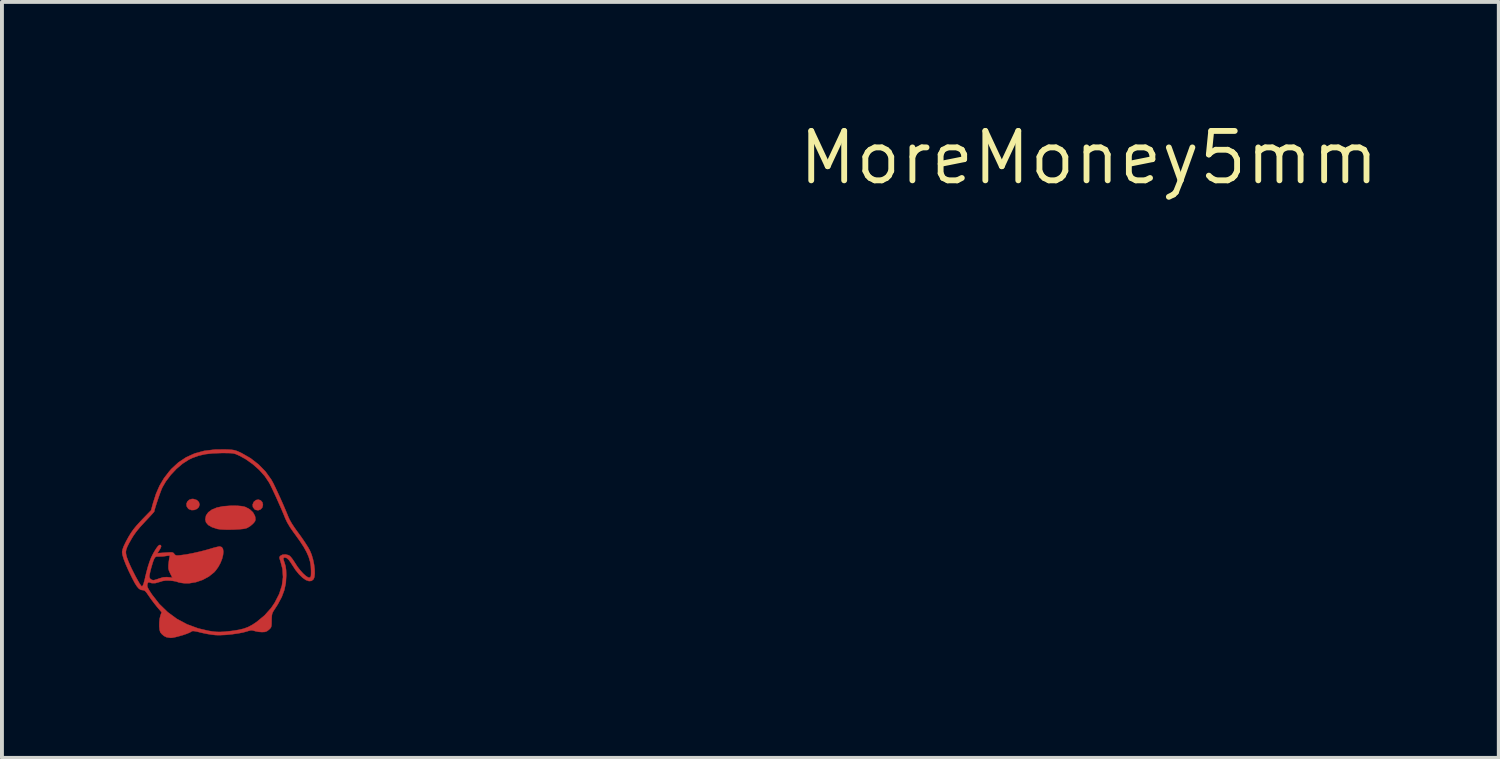
<source format=kicad_pcb>
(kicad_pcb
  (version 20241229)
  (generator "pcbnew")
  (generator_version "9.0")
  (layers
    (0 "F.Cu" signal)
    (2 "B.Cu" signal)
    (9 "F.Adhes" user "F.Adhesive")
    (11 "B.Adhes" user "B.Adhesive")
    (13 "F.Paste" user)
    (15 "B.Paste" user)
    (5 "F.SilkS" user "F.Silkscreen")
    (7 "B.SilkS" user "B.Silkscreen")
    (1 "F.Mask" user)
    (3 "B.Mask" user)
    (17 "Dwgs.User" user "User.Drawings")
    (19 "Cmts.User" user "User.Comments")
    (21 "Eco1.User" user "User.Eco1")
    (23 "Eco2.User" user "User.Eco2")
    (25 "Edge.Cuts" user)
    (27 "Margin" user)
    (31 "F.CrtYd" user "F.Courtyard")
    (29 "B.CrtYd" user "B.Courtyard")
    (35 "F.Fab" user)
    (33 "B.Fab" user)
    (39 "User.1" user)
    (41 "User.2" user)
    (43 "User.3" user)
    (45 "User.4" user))
  (footprint "MoreMoney5mm"
    (layer "F.Cu")
    (at 24.939 1.006)
    (property "Reference" "MoreMoney5mm" (at 0 0 0) (layer "F.SilkS") (effects (font (size 1.27 1.27) (thickness 0.15))))
    (attr through_hole)
    (fp_poly (pts (xy -21.286 8.808) (xy -21.245 8.855) (xy -21.23 8.92) (xy -21.247 8.99) (xy -21.292 9.039) (xy -21.353 9.061) (xy -21.419 9.05) (xy -21.447 9.033) (xy -21.488 8.978) (xy -21.494 8.91) (xy -21.464 8.843) (xy -21.463 8.841) (xy -21.406 8.797) (xy -21.344 8.787) (xy -21.286 8.808)) (stroke (width 0.01) (type solid)) (fill yes) (layer "F.Cu"))
    (fp_poly (pts (xy -23.011 8.771) (xy -22.928 8.799) (xy -22.877 8.85) (xy -22.86 8.913) (xy -22.878 8.976) (xy -22.926 9.024) (xy -22.992 9.052) (xy -23.064 9.056) (xy -23.131 9.032) (xy -23.152 9.016) (xy -23.191 8.957) (xy -23.196 8.893) (xy -23.171 8.834) (xy -23.122 8.79) (xy -23.054 8.769) (xy -23.011 8.771)) (stroke (width 0.01) (type solid)) (fill yes) (layer "F.Cu"))
    (fp_poly (pts (xy -21.885 8.945) (xy -21.79 8.953) (xy -21.717 8.966) (xy -21.673 8.98) (xy -21.567 9.038) (xy -21.485 9.116) (xy -21.436 9.206) (xy -21.427 9.247) (xy -21.423 9.301) (xy -21.433 9.34) (xy -21.464 9.382) (xy -21.498 9.417) (xy -21.562 9.47) (xy -21.632 9.512) (xy -21.665 9.525) (xy -21.736 9.539) (xy -21.839 9.549) (xy -21.96 9.556) (xy -22.088 9.559) (xy -22.211 9.558) (xy -22.317 9.552) (xy -22.396 9.541) (xy -22.405 9.539) (xy -22.541 9.494) (xy -22.636 9.439) (xy -22.693 9.372) (xy -22.712 9.294) (xy -22.712 9.293) (xy -22.692 9.194) (xy -22.634 9.111) (xy -22.541 9.043) (xy -22.413 8.991) (xy -22.252 8.958) (xy -22.062 8.944) (xy -22.013 8.943) (xy -21.885 8.945)) (stroke (width 0.01) (type solid)) (fill yes) (layer "F.Cu"))
    (fp_poly (pts (xy -22.103 7.501) (xy -22.023 7.507) (xy -21.961 7.517) (xy -21.904 7.535) (xy -21.841 7.562) (xy -21.779 7.591) (xy -21.55 7.722) (xy -21.344 7.882) (xy -21.165 8.065) (xy -21.019 8.267) (xy -20.969 8.356) (xy -20.917 8.462) (xy -20.854 8.596) (xy -20.785 8.746) (xy -20.716 8.901) (xy -20.652 9.05) (xy -20.597 9.181) (xy -20.574 9.239) (xy -20.54 9.311) (xy -20.488 9.402) (xy -20.425 9.498) (xy -20.384 9.557) (xy -20.251 9.739) (xy -20.147 9.891) (xy -20.068 10.015) (xy -20.025 10.093) (xy -19.98 10.2) (xy -19.944 10.322) (xy -19.917 10.45) (xy -19.901 10.575) (xy -19.898 10.687) (xy -19.908 10.777) (xy -19.93 10.833) (xy -19.981 10.875) (xy -20.047 10.881) (xy -20.125 10.854) (xy -20.21 10.795) (xy -20.301 10.707) (xy -20.394 10.593) (xy -20.485 10.453) (xy -20.5 10.429) (xy -20.559 10.343) (xy -20.616 10.29) (xy -20.669 10.274) (xy -20.685 10.277) (xy -20.702 10.289) (xy -20.705 10.313) (xy -20.693 10.359) (xy -20.675 10.41) (xy -20.649 10.499) (xy -20.635 10.6) (xy -20.631 10.727) (xy -20.631 10.732) (xy -20.642 10.926) (xy -20.68 11.109) (xy -20.747 11.289) (xy -20.847 11.476) (xy -20.919 11.588) (xy -20.962 11.653) (xy -20.987 11.703) (xy -21 11.753) (xy -21.005 11.82) (xy -21.007 11.891) (xy -21.008 11.979) (xy -21.013 12.035) (xy -21.025 12.073) (xy -21.047 12.102) (xy -21.077 12.13) (xy -21.128 12.169) (xy -21.18 12.187) (xy -21.253 12.191) (xy -21.257 12.191) (xy -21.339 12.185) (xy -21.419 12.17) (xy -21.446 12.162) (xy -21.498 12.148) (xy -21.545 12.147) (xy -21.605 12.162) (xy -21.639 12.173) (xy -21.745 12.202) (xy -21.879 12.227) (xy -22.03 12.248) (xy -22.183 12.263) (xy -22.325 12.27) (xy -22.443 12.269) (xy -22.449 12.268) (xy -22.55 12.257) (xy -22.671 12.237) (xy -22.79 12.212) (xy -22.829 12.203) (xy -22.926 12.179) (xy -22.992 12.167) (xy -23.033 12.164) (xy -23.059 12.171) (xy -23.07 12.179) (xy -23.114 12.204) (xy -23.187 12.234) (xy -23.28 12.266) (xy -23.38 12.295) (xy -23.476 12.32) (xy -23.557 12.336) (xy -23.603 12.34) (xy -23.71 12.323) (xy -23.772 12.292) (xy -23.826 12.247) (xy -23.866 12.199) (xy -23.87 12.191) (xy -23.887 12.13) (xy -23.895 12.042) (xy -23.894 11.943) (xy -23.884 11.847) (xy -23.866 11.77) (xy -23.835 11.682) (xy -23.951 11.545) (xy -24.023 11.455) (xy -24.1 11.353) (xy -24.165 11.26) (xy -24.216 11.186) (xy -24.254 11.141) (xy -24.286 11.119) (xy -24.319 11.113) (xy -24.325 11.113) (xy -24.373 11.104) (xy -24.419 11.075) (xy -24.466 11.021) (xy -24.52 10.938) (xy -24.583 10.82) (xy -24.594 10.798) (xy -24.686 10.609) (xy -24.758 10.445) (xy -24.81 10.31) (xy -24.841 10.205) (xy -24.85 10.141) (xy -24.848 10.127) (xy -24.754 10.127) (xy -24.75 10.184) (xy -24.735 10.248) (xy -24.724 10.283) (xy -24.695 10.36) (xy -24.655 10.454) (xy -24.607 10.558) (xy -24.553 10.666) (xy -24.499 10.771) (xy -24.447 10.865) (xy -24.402 10.942) (xy -24.366 10.995) (xy -24.343 11.017) (xy -24.342 11.017) (xy -24.321 11.001) (xy -24.299 10.951) (xy -24.275 10.863) (xy -24.271 10.848) (xy -24.253 10.771) (xy -24.151 10.771) (xy -24.132 10.818) (xy -24.086 10.85) (xy -24.045 10.858) (xy -24.009 10.851) (xy -23.949 10.833) (xy -23.897 10.814) (xy -23.796 10.784) (xy -23.701 10.778) (xy -23.67 10.781) (xy -23.559 10.792) (xy -23.614 10.683) (xy -23.646 10.612) (xy -23.66 10.551) (xy -23.66 10.478) (xy -23.657 10.447) (xy -23.648 10.369) (xy -23.638 10.301) (xy -23.631 10.268) (xy -23.624 10.239) (xy -23.633 10.226) (xy -23.666 10.227) (xy -23.719 10.235) (xy -23.802 10.246) (xy -23.886 10.249) (xy -23.909 10.249) (xy -23.967 10.25) (xy -24 10.267) (xy -24.026 10.309) (xy -24.03 10.318) (xy -24.053 10.376) (xy -24.079 10.459) (xy -24.106 10.552) (xy -24.129 10.644) (xy -24.145 10.722) (xy -24.151 10.771) (xy -24.253 10.771) (xy -24.227 10.66) (xy -24.185 10.506) (xy -24.144 10.38) (xy -24.102 10.273) (xy -24.055 10.179) (xy -24.028 10.131) (xy -23.971 10.039) (xy -23.927 9.981) (xy -23.894 9.954) (xy -23.867 9.953) (xy -23.852 9.964) (xy -23.847 9.996) (xy -23.873 10.054) (xy -23.886 10.075) (xy -23.943 10.164) (xy -23.743 10.149) (xy -23.649 10.143) (xy -23.589 10.141) (xy -23.552 10.146) (xy -23.529 10.158) (xy -23.511 10.18) (xy -23.51 10.182) (xy -23.487 10.208) (xy -23.458 10.221) (xy -23.411 10.222) (xy -23.347 10.216) (xy -23.199 10.196) (xy -23.027 10.163) (xy -22.845 10.122) (xy -22.669 10.076) (xy -22.597 10.055) (xy -22.504 10.027) (xy -22.422 10.006) (xy -22.361 9.993) (xy -22.34 9.991) (xy -22.288 10.008) (xy -22.258 10.054) (xy -22.248 10.124) (xy -22.256 10.211) (xy -22.281 10.31) (xy -22.322 10.413) (xy -22.377 10.515) (xy -22.445 10.61) (xy -22.489 10.658) (xy -22.622 10.764) (xy -22.78 10.849) (xy -22.953 10.908) (xy -23.128 10.937) (xy -23.245 10.937) (xy -23.325 10.927) (xy -23.393 10.914) (xy -23.431 10.901) (xy -23.473 10.888) (xy -23.543 10.876) (xy -23.621 10.868) (xy -23.724 10.866) (xy -23.808 10.878) (xy -23.888 10.903) (xy -23.996 10.933) (xy -24.088 10.933) (xy -24.154 10.913) (xy -24.18 10.913) (xy -24.196 10.945) (xy -24.201 10.965) (xy -24.204 10.999) (xy -24.196 11.037) (xy -24.173 11.085) (xy -24.132 11.152) (xy -24.083 11.226) (xy -23.894 11.469) (xy -23.679 11.678) (xy -23.441 11.853) (xy -23.178 11.993) (xy -22.892 12.098) (xy -22.634 12.158) (xy -22.526 12.176) (xy -22.43 12.186) (xy -22.335 12.188) (xy -22.228 12.183) (xy -22.099 12.17) (xy -22.01 12.159) (xy -21.851 12.134) (xy -21.722 12.103) (xy -21.609 12.061) (xy -21.501 12.003) (xy -21.391 11.93) (xy -21.187 11.761) (xy -21.018 11.571) (xy -20.925 11.432) (xy -20.812 11.211) (xy -20.742 10.993) (xy -20.714 10.779) (xy -20.728 10.567) (xy -20.778 10.375) (xy -20.799 10.312) (xy -20.806 10.274) (xy -20.797 10.249) (xy -20.78 10.23) (xy -20.726 10.202) (xy -20.652 10.196) (xy -20.578 10.213) (xy -20.548 10.228) (xy -20.513 10.262) (xy -20.466 10.322) (xy -20.417 10.396) (xy -20.407 10.412) (xy -20.341 10.514) (xy -20.268 10.608) (xy -20.195 10.688) (xy -20.127 10.749) (xy -20.071 10.785) (xy -20.04 10.791) (xy -20.016 10.785) (xy -20.002 10.769) (xy -19.995 10.734) (xy -19.993 10.672) (xy -19.993 10.615) (xy -19.999 10.492) (xy -20.019 10.375) (xy -20.054 10.259) (xy -20.107 10.138) (xy -20.18 10.005) (xy -20.278 9.855) (xy -20.401 9.683) (xy -20.448 9.62) (xy -20.534 9.496) (xy -20.607 9.372) (xy -20.655 9.271) (xy -20.703 9.153) (xy -20.76 9.018) (xy -20.824 8.874) (xy -20.888 8.73) (xy -20.951 8.595) (xy -21.007 8.476) (xy -21.053 8.383) (xy -21.075 8.343) (xy -21.184 8.181) (xy -21.327 8.021) (xy -21.494 7.873) (xy -21.675 7.745) (xy -21.836 7.657) (xy -21.893 7.631) (xy -21.94 7.612) (xy -21.987 7.6) (xy -22.042 7.593) (xy -22.115 7.59) (xy -22.215 7.589) (xy -22.299 7.589) (xy -22.523 7.597) (xy -22.716 7.619) (xy -22.886 7.658) (xy -23.043 7.715) (xy -23.137 7.76) (xy -23.296 7.862) (xy -23.453 7.995) (xy -23.6 8.152) (xy -23.728 8.322) (xy -23.814 8.47) (xy -23.837 8.521) (xy -23.866 8.598) (xy -23.9 8.692) (xy -23.935 8.794) (xy -23.968 8.894) (xy -23.996 8.983) (xy -24.016 9.052) (xy -24.024 9.091) (xy -24.024 9.093) (xy -24.038 9.111) (xy -24.076 9.154) (xy -24.134 9.217) (xy -24.207 9.295) (xy -24.262 9.354) (xy -24.384 9.486) (xy -24.48 9.602) (xy -24.557 9.71) (xy -24.609 9.796) (xy -24.674 9.911) (xy -24.718 9.999) (xy -24.744 10.068) (xy -24.754 10.127) (xy -24.848 10.127) (xy -24.84 10.072) (xy -24.808 9.984) (xy -24.755 9.874) (xy -24.687 9.749) (xy -24.624 9.645) (xy -24.558 9.551) (xy -24.482 9.458) (xy -24.386 9.353) (xy -24.315 9.278) (xy -24.106 9.063) (xy -24.055 8.876) (xy -23.978 8.635) (xy -23.886 8.425) (xy -23.773 8.235) (xy -23.634 8.055) (xy -23.582 7.996) (xy -23.402 7.83) (xy -23.203 7.698) (xy -22.983 7.599) (xy -22.739 7.533) (xy -22.47 7.5) (xy -22.213 7.497) (xy -22.103 7.501)) (stroke (width 0.01) (type solid)) (fill yes) (layer "F.Cu"))
    (fp_poly (pts (xy -21.078 11.795) (xy -21.065 11.843) (xy -21.062 11.912) (xy -21.07 11.984) (xy -21.084 12.03) (xy -21.131 12.086) (xy -21.205 12.119) (xy -21.294 12.127) (xy -21.389 12.108) (xy -21.406 12.101) (xy -21.466 12.075) (xy -21.332 11.977) (xy -21.26 11.922) (xy -21.195 11.868) (xy -21.15 11.826) (xy -21.147 11.823) (xy -21.108 11.789) (xy -21.085 11.788) (xy -21.078 11.795)) (stroke (width 0.01) (type solid)) (fill yes) (layer "F.Mask"))
    (fp_poly (pts (xy -21.881 9.239) (xy -21.82 9.25) (xy -21.737 9.274) (xy -21.659 9.303) (xy -21.595 9.334) (xy -21.555 9.361) (xy -21.548 9.375) (xy -21.567 9.399) (xy -21.618 9.426) (xy -21.692 9.452) (xy -21.779 9.474) (xy -21.842 9.484) (xy -21.987 9.497) (xy -22.135 9.5) (xy -22.27 9.492) (xy -22.346 9.482) (xy -22.425 9.461) (xy -22.501 9.433) (xy -22.511 9.428) (xy -22.556 9.401) (xy -22.566 9.375) (xy -22.541 9.347) (xy -22.478 9.314) (xy -22.419 9.291) (xy -22.301 9.258) (xy -22.16 9.238) (xy -22.014 9.231) (xy -21.881 9.239)) (stroke (width 0.01) (type solid)) (fill yes) (layer "F.Mask"))
    (fp_poly (pts (xy -23.628 11.815) (xy -23.542 11.874) (xy -23.435 11.939) (xy -23.326 11.999) (xy -23.286 12.018) (xy -23.192 12.065) (xy -23.136 12.098) (xy -23.113 12.121) (xy -23.117 12.131) (xy -23.159 12.151) (xy -23.23 12.177) (xy -23.317 12.205) (xy -23.41 12.233) (xy -23.495 12.256) (xy -23.563 12.271) (xy -23.596 12.275) (xy -23.658 12.268) (xy -23.698 12.256) (xy -23.742 12.227) (xy -23.788 12.181) (xy -23.791 12.178) (xy -23.816 12.14) (xy -23.829 12.1) (xy -23.832 12.044) (xy -23.828 11.97) (xy -23.819 11.886) (xy -23.807 11.811) (xy -23.795 11.764) (xy -23.771 11.706) (xy -23.628 11.815)) (stroke (width 0.01) (type solid)) (fill yes) (layer "F.Mask"))
    (fp_poly (pts (xy -21.906 9.007) (xy -21.771 9.03) (xy -21.657 9.069) (xy -21.569 9.122) (xy -21.517 9.183) (xy -21.49 9.249) (xy -21.485 9.292) (xy -21.504 9.306) (xy -21.521 9.302) (xy -21.559 9.287) (xy -21.623 9.263) (xy -21.7 9.234) (xy -21.706 9.232) (xy -21.861 9.193) (xy -22.03 9.178) (xy -22.202 9.186) (xy -22.365 9.216) (xy -22.507 9.268) (xy -22.556 9.294) (xy -22.61 9.325) (xy -22.638 9.332) (xy -22.648 9.315) (xy -22.648 9.302) (xy -22.628 9.223) (xy -22.568 9.153) (xy -22.472 9.093) (xy -22.342 9.046) (xy -22.205 9.016) (xy -22.053 9.002) (xy -21.906 9.007)) (stroke (width 0.01) (type solid)) (fill yes) (layer "F.Mask"))
    (fp_poly (pts (xy -22.322 10.088) (xy -22.314 10.123) (xy -22.319 10.179) (xy -22.321 10.192) (xy -22.355 10.317) (xy -22.418 10.447) (xy -22.503 10.569) (xy -22.519 10.588) (xy -22.626 10.681) (xy -22.764 10.763) (xy -22.926 10.827) (xy -22.997 10.847) (xy -23.088 10.868) (xy -23.162 10.876) (xy -23.238 10.871) (xy -23.334 10.854) (xy -23.345 10.851) (xy -23.404 10.837) (xy -23.444 10.82) (xy -23.474 10.79) (xy -23.505 10.738) (xy -23.534 10.684) (xy -23.572 10.609) (xy -23.592 10.556) (xy -23.598 10.509) (xy -23.593 10.453) (xy -23.588 10.42) (xy -23.569 10.298) (xy -23.389 10.284) (xy -23.087 10.246) (xy -22.76 10.174) (xy -22.588 10.125) (xy -22.475 10.092) (xy -22.397 10.074) (xy -22.348 10.072) (xy -22.322 10.088)) (stroke (width 0.01) (type solid)) (fill yes) (layer "F.Mask"))
    (fp_poly (pts (xy -22.166 7.569) (xy -22.076 7.573) (xy -22.008 7.58) (xy -21.951 7.592) (xy -21.897 7.611) (xy -21.883 7.616) (xy -21.721 7.696) (xy -21.554 7.807) (xy -21.392 7.939) (xy -21.246 8.083) (xy -21.126 8.231) (xy -21.076 8.308) (xy -21.018 8.415) (xy -20.948 8.554) (xy -20.872 8.717) (xy -20.792 8.896) (xy -20.713 9.083) (xy -20.668 9.194) (xy -20.59 9.366) (xy -20.505 9.511) (xy -20.451 9.586) (xy -20.37 9.695) (xy -20.287 9.81) (xy -20.209 9.924) (xy -20.143 10.026) (xy -20.093 10.108) (xy -20.08 10.133) (xy -20.058 10.186) (xy -20.033 10.265) (xy -20.008 10.355) (xy -20.003 10.376) (xy -19.972 10.531) (xy -19.961 10.654) (xy -19.971 10.743) (xy -20.001 10.798) (xy -20.05 10.816) (xy -20.093 10.799) (xy -20.152 10.754) (xy -20.221 10.686) (xy -20.293 10.603) (xy -20.363 10.511) (xy -20.423 10.418) (xy -20.494 10.312) (xy -20.561 10.245) (xy -20.628 10.213) (xy -20.7 10.213) (xy -20.704 10.214) (xy -20.751 10.23) (xy -20.775 10.259) (xy -20.777 10.308) (xy -20.759 10.385) (xy -20.746 10.426) (xy -20.714 10.569) (xy -20.701 10.733) (xy -20.709 10.9) (xy -20.733 11.039) (xy -20.776 11.169) (xy -20.84 11.314) (xy -20.919 11.459) (xy -21.004 11.59) (xy -21.015 11.604) (xy -21.093 11.694) (xy -21.198 11.793) (xy -21.317 11.893) (xy -21.44 11.984) (xy -21.554 12.055) (xy -21.568 12.063) (xy -21.668 12.103) (xy -21.799 12.139) (xy -21.951 12.168) (xy -22.113 12.189) (xy -22.274 12.201) (xy -22.424 12.202) (xy -22.55 12.191) (xy -22.841 12.129) (xy -23.118 12.034) (xy -23.376 11.911) (xy -23.61 11.761) (xy -23.813 11.587) (xy -23.882 11.515) (xy -23.935 11.452) (xy -24.001 11.367) (xy -24.069 11.273) (xy -24.107 11.219) (xy -24.165 11.134) (xy -24.201 11.076) (xy -24.221 11.035) (xy -24.226 11.003) (xy -24.22 10.972) (xy -24.214 10.952) (xy -24.193 10.902) (xy -24.169 10.888) (xy -24.154 10.892) (xy -24.073 10.914) (xy -23.983 10.91) (xy -23.875 10.881) (xy -23.716 10.848) (xy -23.545 10.856) (xy -23.394 10.892) (xy -23.248 10.919) (xy -23.088 10.914) (xy -22.923 10.88) (xy -22.762 10.818) (xy -22.615 10.733) (xy -22.496 10.633) (xy -22.404 10.519) (xy -22.333 10.395) (xy -22.286 10.269) (xy -22.267 10.151) (xy -22.276 10.066) (xy -22.288 10.037) (xy -22.309 10.019) (xy -22.347 10.014) (xy -22.406 10.022) (xy -22.493 10.042) (xy -22.612 10.076) (xy -22.644 10.085) (xy -22.759 10.117) (xy -22.891 10.149) (xy -23.029 10.179) (xy -23.164 10.205) (xy -23.287 10.226) (xy -23.388 10.24) (xy -23.452 10.245) (xy -23.504 10.232) (xy -23.522 10.205) (xy -23.551 10.17) (xy -23.61 10.153) (xy -23.691 10.156) (xy -23.724 10.162) (xy -23.787 10.173) (xy -23.854 10.179) (xy -23.914 10.18) (xy -23.953 10.176) (xy -23.961 10.17) (xy -23.95 10.147) (xy -23.924 10.102) (xy -23.908 10.075) (xy -23.872 10.016) (xy -23.858 9.985) (xy -23.863 9.972) (xy -23.881 9.97) (xy -23.906 9.987) (xy -23.944 10.035) (xy -23.989 10.105) (xy -24.037 10.187) (xy -24.083 10.275) (xy -24.121 10.358) (xy -24.147 10.425) (xy -24.169 10.502) (xy -24.196 10.604) (xy -24.222 10.715) (xy -24.235 10.774) (xy -24.258 10.869) (xy -24.281 10.95) (xy -24.302 11.007) (xy -24.314 11.028) (xy -24.338 11.046) (xy -24.362 11.036) (xy -24.389 11.007) (xy -24.412 10.97) (xy -24.45 10.903) (xy -24.498 10.813) (xy -24.552 10.708) (xy -24.592 10.626) (xy -24.666 10.469) (xy -24.718 10.342) (xy -24.751 10.239) (xy -24.765 10.153) (xy -24.763 10.08) (xy -24.745 10.013) (xy -24.742 10.007) (xy -24.659 9.839) (xy -24.543 9.66) (xy -24.397 9.477) (xy -24.276 9.344) (xy -24.224 9.289) (xy -22.691 9.289) (xy -22.687 9.345) (xy -22.668 9.383) (xy -22.625 9.419) (xy -22.605 9.433) (xy -22.53 9.476) (xy -22.453 9.507) (xy -22.364 9.527) (xy -22.255 9.538) (xy -22.118 9.54) (xy -22.024 9.539) (xy -21.885 9.534) (xy -21.782 9.526) (xy -21.706 9.515) (xy -21.651 9.499) (xy -21.643 9.496) (xy -21.537 9.436) (xy -21.469 9.365) (xy -21.44 9.287) (xy -21.451 9.204) (xy -21.504 9.12) (xy -21.522 9.101) (xy -21.606 9.034) (xy -21.706 8.989) (xy -21.828 8.964) (xy -21.98 8.957) (xy -22.076 8.96) (xy -22.246 8.974) (xy -22.382 8.999) (xy -22.489 9.037) (xy -22.573 9.089) (xy -22.611 9.123) (xy -22.66 9.179) (xy -22.684 9.227) (xy -22.691 9.286) (xy -22.691 9.289) (xy -24.224 9.289) (xy -24.187 9.251) (xy -24.123 9.181) (xy -24.079 9.125) (xy -24.049 9.079) (xy -24.029 9.033) (xy -24.014 8.983) (xy -23.994 8.917) (xy -23.195 8.917) (xy -23.172 8.96) (xy -23.155 8.982) (xy -23.097 9.025) (xy -23.024 9.039) (xy -22.953 9.025) (xy -22.92 9.003) (xy -22.887 8.949) (xy -22.886 8.93) (xy -21.484 8.93) (xy -21.466 8.981) (xy -21.42 9.018) (xy -21.361 9.037) (xy -21.304 9.031) (xy -21.277 9.013) (xy -21.259 8.975) (xy -21.251 8.922) (xy -21.264 8.852) (xy -21.304 8.815) (xy -21.36 8.805) (xy -21.418 8.824) (xy -21.464 8.87) (xy -21.484 8.928) (xy -21.484 8.93) (xy -22.886 8.93) (xy -22.885 8.885) (xy -22.913 8.83) (xy -22.928 8.817) (xy -23.005 8.787) (xy -23.083 8.795) (xy -23.147 8.836) (xy -23.186 8.881) (xy -23.195 8.917) (xy -23.994 8.917) (xy -23.947 8.763) (xy -23.879 8.578) (xy -23.805 8.418) (xy -23.72 8.277) (xy -23.62 8.147) (xy -23.501 8.019) (xy -23.441 7.962) (xy -23.28 7.829) (xy -23.109 7.726) (xy -22.922 7.65) (xy -22.715 7.6) (xy -22.48 7.574) (xy -22.288 7.568) (xy -22.166 7.569)) (stroke (width 0.01) (type solid)) (fill yes) (layer "F.Mask"))
    (fp_poly (pts (xy -22.078 7.418) (xy -21.988 7.431) (xy -21.819 7.483) (xy -21.643 7.57) (xy -21.466 7.684) (xy -21.296 7.822) (xy -21.14 7.976) (xy -21.006 8.143) (xy -20.936 8.249) (xy -20.894 8.325) (xy -20.84 8.433) (xy -20.778 8.564) (xy -20.711 8.709) (xy -20.643 8.861) (xy -20.578 9.012) (xy -20.52 9.152) (xy -20.507 9.185) (xy -20.459 9.286) (xy -20.391 9.402) (xy -20.313 9.518) (xy -20.301 9.534) (xy -20.183 9.695) (xy -20.088 9.83) (xy -20.014 9.945) (xy -19.957 10.048) (xy -19.914 10.144) (xy -19.88 10.239) (xy -19.852 10.341) (xy -19.847 10.365) (xy -19.815 10.549) (xy -19.812 10.701) (xy -19.836 10.822) (xy -19.889 10.911) (xy -19.917 10.937) (xy -19.969 10.958) (xy -20.043 10.962) (xy -20.119 10.952) (xy -20.168 10.934) (xy -20.219 10.898) (xy -20.286 10.838) (xy -20.359 10.764) (xy -20.428 10.686) (xy -20.484 10.614) (xy -20.493 10.6) (xy -20.545 10.521) (xy -20.545 10.716) (xy -20.548 10.822) (xy -20.557 10.93) (xy -20.569 11.02) (xy -20.572 11.038) (xy -20.605 11.15) (xy -20.656 11.281) (xy -20.72 11.419) (xy -20.791 11.548) (xy -20.836 11.617) (xy -20.877 11.682) (xy -20.9 11.734) (xy -20.91 11.792) (xy -20.913 11.872) (xy -20.913 11.882) (xy -20.924 12.017) (xy -20.957 12.12) (xy -21.016 12.198) (xy -21.043 12.219) (xy -21.127 12.258) (xy -21.233 12.272) (xy -21.347 12.26) (xy -21.392 12.247) (xy -21.454 12.229) (xy -21.501 12.224) (xy -21.551 12.234) (xy -21.613 12.254) (xy -21.722 12.285) (xy -21.861 12.312) (xy -22.015 12.334) (xy -22.173 12.35) (xy -22.321 12.357) (xy -22.426 12.356) (xy -22.54 12.345) (xy -22.67 12.326) (xy -22.792 12.303) (xy -22.814 12.298) (xy -23.011 12.251) (xy -23.132 12.305) (xy -23.316 12.375) (xy -23.483 12.413) (xy -23.631 12.419) (xy -23.755 12.394) (xy -23.786 12.38) (xy -23.874 12.325) (xy -23.932 12.255) (xy -23.965 12.163) (xy -23.979 12.05) (xy -23.975 11.899) (xy -23.953 11.799) (xy -23.919 11.7) (xy -24.019 11.59) (xy -24.084 11.514) (xy -24.155 11.422) (xy -24.215 11.339) (xy -24.272 11.262) (xy -24.319 11.213) (xy -24.349 11.198) (xy -24.409 11.182) (xy -24.475 11.142) (xy -24.53 11.09) (xy -24.534 11.084) (xy -24.554 11.051) (xy -24.588 10.987) (xy -24.633 10.898) (xy -24.686 10.791) (xy -24.743 10.673) (xy -24.745 10.668) (xy -24.818 10.511) (xy -24.873 10.385) (xy -24.91 10.283) (xy -24.93 10.198) (xy -24.933 10.154) (xy -24.829 10.154) (xy -24.818 10.227) (xy -24.792 10.313) (xy -24.749 10.42) (xy -24.689 10.552) (xy -24.627 10.681) (xy -24.56 10.819) (xy -24.505 10.924) (xy -24.461 10.998) (xy -24.422 11.047) (xy -24.386 11.076) (xy -24.349 11.089) (xy -24.322 11.091) (xy -24.292 11.095) (xy -24.263 11.111) (xy -24.229 11.145) (xy -24.183 11.203) (xy -24.123 11.287) (xy -24.059 11.376) (xy -23.994 11.462) (xy -23.939 11.531) (xy -23.91 11.565) (xy -23.867 11.614) (xy -23.844 11.656) (xy -23.837 11.704) (xy -23.847 11.768) (xy -23.867 11.853) (xy -23.89 11.997) (xy -23.88 12.116) (xy -23.837 12.211) (xy -23.764 12.278) (xy -23.683 12.309) (xy -23.583 12.316) (xy -23.459 12.298) (xy -23.306 12.255) (xy -23.3 12.253) (xy -23.212 12.222) (xy -23.135 12.191) (xy -23.083 12.166) (xy -23.068 12.156) (xy -23.042 12.139) (xy -23.01 12.136) (xy -22.959 12.149) (xy -22.93 12.158) (xy -22.791 12.197) (xy -22.633 12.228) (xy -22.478 12.249) (xy -22.351 12.255) (xy -22.24 12.251) (xy -22.111 12.24) (xy -21.975 12.223) (xy -21.843 12.202) (xy -21.728 12.178) (xy -21.641 12.155) (xy -21.628 12.15) (xy -21.562 12.128) (xy -21.517 12.122) (xy -21.474 12.132) (xy -21.452 12.141) (xy -21.36 12.166) (xy -21.261 12.172) (xy -21.17 12.159) (xy -21.101 12.129) (xy -21.093 12.123) (xy -21.041 12.053) (xy -21.014 11.957) (xy -21.013 11.847) (xy -21.018 11.815) (xy -21.025 11.765) (xy -21.022 11.724) (xy -21.003 11.682) (xy -20.966 11.623) (xy -20.945 11.592) (xy -20.828 11.403) (xy -20.735 11.212) (xy -20.688 11.08) (xy -20.663 10.964) (xy -20.651 10.829) (xy -20.649 10.687) (xy -20.66 10.553) (xy -20.681 10.439) (xy -20.695 10.399) (xy -20.717 10.337) (xy -20.728 10.292) (xy -20.727 10.277) (xy -20.699 10.269) (xy -20.657 10.266) (xy -20.622 10.271) (xy -20.589 10.29) (xy -20.551 10.327) (xy -20.504 10.39) (xy -20.442 10.483) (xy -20.429 10.503) (xy -20.366 10.592) (xy -20.295 10.679) (xy -20.222 10.756) (xy -20.156 10.814) (xy -20.104 10.847) (xy -20.095 10.851) (xy -20.014 10.856) (xy -19.956 10.827) (xy -19.921 10.763) (xy -19.909 10.664) (xy -19.919 10.532) (xy -19.941 10.405) (xy -19.969 10.289) (xy -20.009 10.179) (xy -20.061 10.067) (xy -20.131 9.946) (xy -20.222 9.811) (xy -20.336 9.654) (xy -20.393 9.578) (xy -20.453 9.495) (xy -20.506 9.414) (xy -20.545 9.348) (xy -20.557 9.324) (xy -20.581 9.266) (xy -20.615 9.183) (xy -20.654 9.09) (xy -20.671 9.049) (xy -20.742 8.882) (xy -20.819 8.714) (xy -20.896 8.552) (xy -20.972 8.404) (xy -21.043 8.275) (xy -21.104 8.171) (xy -21.154 8.102) (xy -21.31 7.937) (xy -21.494 7.786) (xy -21.691 7.659) (xy -21.757 7.624) (xy -21.843 7.582) (xy -21.907 7.554) (xy -21.964 7.536) (xy -22.026 7.526) (xy -22.105 7.521) (xy -22.208 7.517) (xy -22.49 7.521) (xy -22.742 7.552) (xy -22.967 7.611) (xy -23.171 7.7) (xy -23.357 7.82) (xy -23.529 7.972) (xy -23.544 7.987) (xy -23.679 8.139) (xy -23.789 8.29) (xy -23.88 8.45) (xy -23.957 8.629) (xy -24.025 8.839) (xy -24.036 8.877) (xy -24.095 9.086) (xy -24.305 9.3) (xy -24.409 9.408) (xy -24.489 9.496) (xy -24.554 9.576) (xy -24.61 9.657) (xy -24.666 9.749) (xy -24.729 9.862) (xy -24.73 9.865) (xy -24.775 9.95) (xy -24.806 10.022) (xy -24.825 10.088) (xy -24.829 10.154) (xy -24.933 10.154) (xy -24.934 10.124) (xy -24.923 10.054) (xy -24.898 9.981) (xy -24.859 9.899) (xy -24.851 9.883) (xy -24.77 9.731) (xy -24.694 9.605) (xy -24.613 9.493) (xy -24.517 9.38) (xy -24.401 9.258) (xy -24.19 9.043) (xy -24.126 8.824) (xy -24.05 8.592) (xy -23.963 8.392) (xy -23.859 8.214) (xy -23.733 8.049) (xy -23.579 7.886) (xy -23.553 7.861) (xy -23.358 7.7) (xy -23.159 7.58) (xy -22.966 7.505) (xy -22.796 7.464) (xy -22.611 7.433) (xy -22.421 7.415) (xy -22.24 7.409) (xy -22.078 7.418)) (stroke (width 0.01) (type solid)) (fill yes) (layer "F.Mask")))
  (gr_rect
    (start -3 -3)
    (end 35.476 16.431)
    (stroke (width 0.1) (type default))
    (fill no)
    (layer "Edge.Cuts")))
</source>
